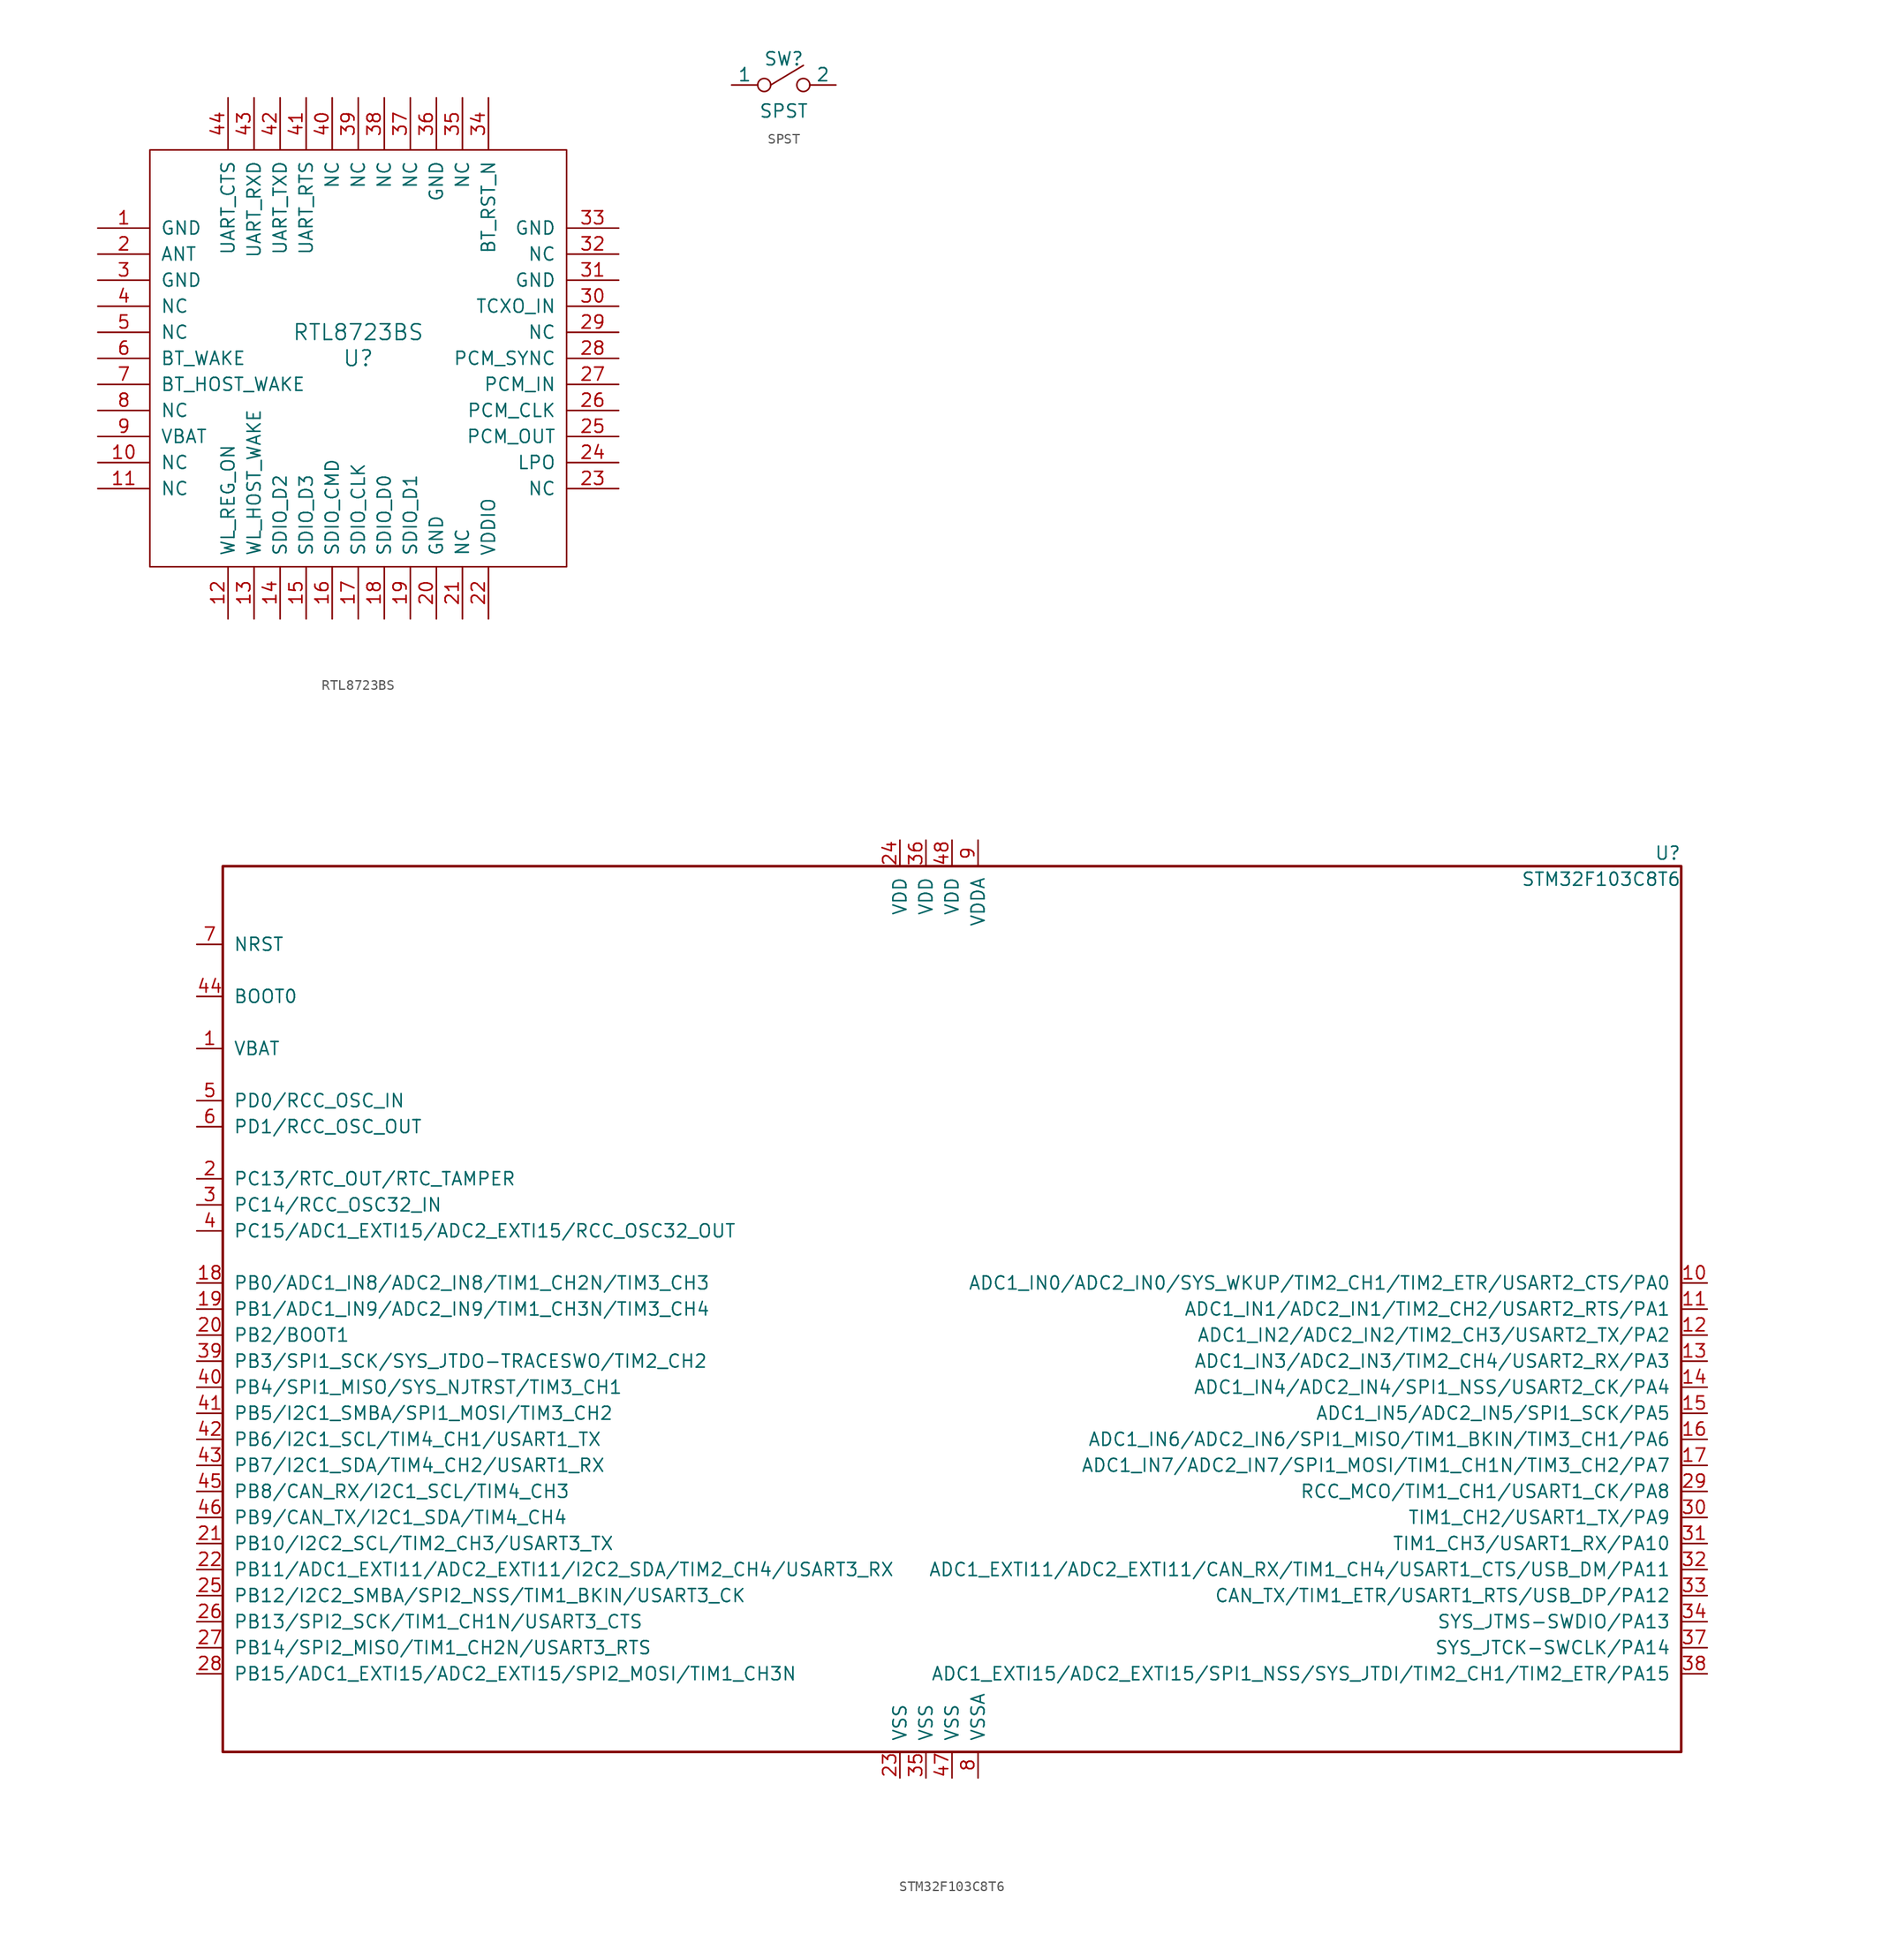
<source format=kicad_sym>
(kicad_symbol_lib
  (version 20220914)
  (generator kicad_symbol_editor)
  (symbol "RTL8723BS"
    (pin_names
      (offset 1.016))
    (property "Reference" "U"
      (at 0 0 0)
      (effects (font (size 1.524 1.524))))
    (property "Value" "RTL8723BS"
      (at 0 2.54 0)
      (effects (font (size 1.524 1.524))))
    (property "Footprint" ""
      (at 0 0 0)
      (effects (font (size 1.524 1.524))))
    (property "Datasheet" ""
      (at 0 0 0)
      (effects (font (size 1.524 1.524))))
    (symbol "RTL8723BS_0_1"
      (rectangle (start -20.32 20.32) (end 20.32 -20.32) (stroke (width 0) (type default)) (fill (type none))))
    (symbol "RTL8723BS_1_1"
      (pin bidirectional line (at -25.4 12.7 0) (length 5.08) (name "GND" (effects (font (size 1.27 1.27)))) (number "1" (effects (font (size 1.27 1.27)))))
      (pin bidirectional line (at -25.4 -10.16 0) (length 5.08) (name "NC" (effects (font (size 1.27 1.27)))) (number "10" (effects (font (size 1.27 1.27)))))
      (pin bidirectional line (at -25.4 -12.7 0) (length 5.08) (name "NC" (effects (font (size 1.27 1.27)))) (number "11" (effects (font (size 1.27 1.27)))))
      (pin bidirectional line (at -12.7 -25.4 90) (length 5.08) (name "WL_REG_ON" (effects (font (size 1.27 1.27)))) (number "12" (effects (font (size 1.27 1.27)))))
      (pin bidirectional line (at -10.16 -25.4 90) (length 5.08) (name "WL_HOST_WAKE" (effects (font (size 1.27 1.27)))) (number "13" (effects (font (size 1.27 1.27)))))
      (pin bidirectional line (at -7.62 -25.4 90) (length 5.08) (name "SDIO_D2" (effects (font (size 1.27 1.27)))) (number "14" (effects (font (size 1.27 1.27)))))
      (pin bidirectional line (at -5.08 -25.4 90) (length 5.08) (name "SDIO_D3" (effects (font (size 1.27 1.27)))) (number "15" (effects (font (size 1.27 1.27)))))
      (pin bidirectional line (at -2.54 -25.4 90) (length 5.08) (name "SDIO_CMD" (effects (font (size 1.27 1.27)))) (number "16" (effects (font (size 1.27 1.27)))))
      (pin bidirectional line (at 0 -25.4 90) (length 5.08) (name "SDIO_CLK" (effects (font (size 1.27 1.27)))) (number "17" (effects (font (size 1.27 1.27)))))
      (pin bidirectional line (at 2.54 -25.4 90) (length 5.08) (name "SDIO_D0" (effects (font (size 1.27 1.27)))) (number "18" (effects (font (size 1.27 1.27)))))
      (pin bidirectional line (at 5.08 -25.4 90) (length 5.08) (name "SDIO_D1" (effects (font (size 1.27 1.27)))) (number "19" (effects (font (size 1.27 1.27)))))
      (pin bidirectional line (at -25.4 10.16 0) (length 5.08) (name "ANT" (effects (font (size 1.27 1.27)))) (number "2" (effects (font (size 1.27 1.27)))))
      (pin bidirectional line (at 7.62 -25.4 90) (length 5.08) (name "GND" (effects (font (size 1.27 1.27)))) (number "20" (effects (font (size 1.27 1.27)))))
      (pin bidirectional line (at 10.16 -25.4 90) (length 5.08) (name "NC" (effects (font (size 1.27 1.27)))) (number "21" (effects (font (size 1.27 1.27)))))
      (pin bidirectional line (at 12.7 -25.4 90) (length 5.08) (name "VDDIO" (effects (font (size 1.27 1.27)))) (number "22" (effects (font (size 1.27 1.27)))))
      (pin bidirectional line (at 25.4 -12.7 180) (length 5.08) (name "NC" (effects (font (size 1.27 1.27)))) (number "23" (effects (font (size 1.27 1.27)))))
      (pin bidirectional line (at 25.4 -10.16 180) (length 5.08) (name "LPO" (effects (font (size 1.27 1.27)))) (number "24" (effects (font (size 1.27 1.27)))))
      (pin bidirectional line (at 25.4 -7.62 180) (length 5.08) (name "PCM_OUT" (effects (font (size 1.27 1.27)))) (number "25" (effects (font (size 1.27 1.27)))))
      (pin bidirectional line (at 25.4 -5.08 180) (length 5.08) (name "PCM_CLK" (effects (font (size 1.27 1.27)))) (number "26" (effects (font (size 1.27 1.27)))))
      (pin bidirectional line (at 25.4 -2.54 180) (length 5.08) (name "PCM_IN" (effects (font (size 1.27 1.27)))) (number "27" (effects (font (size 1.27 1.27)))))
      (pin bidirectional line (at 25.4 0 180) (length 5.08) (name "PCM_SYNC" (effects (font (size 1.27 1.27)))) (number "28" (effects (font (size 1.27 1.27)))))
      (pin bidirectional line (at 25.4 2.54 180) (length 5.08) (name "NC" (effects (font (size 1.27 1.27)))) (number "29" (effects (font (size 1.27 1.27)))))
      (pin bidirectional line (at -25.4 7.62 0) (length 5.08) (name "GND" (effects (font (size 1.27 1.27)))) (number "3" (effects (font (size 1.27 1.27)))))
      (pin bidirectional line (at 25.4 5.08 180) (length 5.08) (name "TCXO_IN" (effects (font (size 1.27 1.27)))) (number "30" (effects (font (size 1.27 1.27)))))
      (pin bidirectional line (at 25.4 7.62 180) (length 5.08) (name "GND" (effects (font (size 1.27 1.27)))) (number "31" (effects (font (size 1.27 1.27)))))
      (pin bidirectional line (at 25.4 10.16 180) (length 5.08) (name "NC" (effects (font (size 1.27 1.27)))) (number "32" (effects (font (size 1.27 1.27)))))
      (pin bidirectional line (at 25.4 12.7 180) (length 5.08) (name "GND" (effects (font (size 1.27 1.27)))) (number "33" (effects (font (size 1.27 1.27)))))
      (pin bidirectional line (at 12.7 25.4 270) (length 5.08) (name "BT_RST_N" (effects (font (size 1.27 1.27)))) (number "34" (effects (font (size 1.27 1.27)))))
      (pin bidirectional line (at 10.16 25.4 270) (length 5.08) (name "NC" (effects (font (size 1.27 1.27)))) (number "35" (effects (font (size 1.27 1.27)))))
      (pin bidirectional line (at 7.62 25.4 270) (length 5.08) (name "GND" (effects (font (size 1.27 1.27)))) (number "36" (effects (font (size 1.27 1.27)))))
      (pin bidirectional line (at 5.08 25.4 270) (length 5.08) (name "NC" (effects (font (size 1.27 1.27)))) (number "37" (effects (font (size 1.27 1.27)))))
      (pin bidirectional line (at 2.54 25.4 270) (length 5.08) (name "NC" (effects (font (size 1.27 1.27)))) (number "38" (effects (font (size 1.27 1.27)))))
      (pin bidirectional line (at 0 25.4 270) (length 5.08) (name "NC" (effects (font (size 1.27 1.27)))) (number "39" (effects (font (size 1.27 1.27)))))
      (pin bidirectional line (at -25.4 5.08 0) (length 5.08) (name "NC" (effects (font (size 1.27 1.27)))) (number "4" (effects (font (size 1.27 1.27)))))
      (pin bidirectional line (at -2.54 25.4 270) (length 5.08) (name "NC" (effects (font (size 1.27 1.27)))) (number "40" (effects (font (size 1.27 1.27)))))
      (pin bidirectional line (at -5.08 25.4 270) (length 5.08) (name "UART_RTS" (effects (font (size 1.27 1.27)))) (number "41" (effects (font (size 1.27 1.27)))))
      (pin bidirectional line (at -7.62 25.4 270) (length 5.08) (name "UART_TXD" (effects (font (size 1.27 1.27)))) (number "42" (effects (font (size 1.27 1.27)))))
      (pin bidirectional line (at -10.16 25.4 270) (length 5.08) (name "UART_RXD" (effects (font (size 1.27 1.27)))) (number "43" (effects (font (size 1.27 1.27)))))
      (pin bidirectional line (at -12.7 25.4 270) (length 5.08) (name "UART_CTS" (effects (font (size 1.27 1.27)))) (number "44" (effects (font (size 1.27 1.27)))))
      (pin bidirectional line (at -25.4 2.54 0) (length 5.08) (name "NC" (effects (font (size 1.27 1.27)))) (number "5" (effects (font (size 1.27 1.27)))))
      (pin bidirectional line (at -25.4 0 0) (length 5.08) (name "BT_WAKE" (effects (font (size 1.27 1.27)))) (number "6" (effects (font (size 1.27 1.27)))))
      (pin bidirectional line (at -25.4 -2.54 0) (length 5.08) (name "BT_HOST_WAKE" (effects (font (size 1.27 1.27)))) (number "7" (effects (font (size 1.27 1.27)))))
      (pin bidirectional line (at -25.4 -5.08 0) (length 5.08) (name "NC" (effects (font (size 1.27 1.27)))) (number "8" (effects (font (size 1.27 1.27)))))
      (pin bidirectional line (at -25.4 -7.62 0) (length 5.08) (name "VBAT" (effects (font (size 1.27 1.27)))) (number "9" (effects (font (size 1.27 1.27)))))))
  (symbol "SPST"
    (pin_numbers hide)
    (pin_names
      (offset 0))
    (property "Reference" "SW"
      (at 0 2.54 0)
      (effects (font (size 1.27 1.27))))
    (property "Value" "SPST"
      (at 0 -2.54 0)
      (effects (font (size 1.27 1.27))))
    (property "Footprint" ""
      (at 0 0 0)
      (effects (font (size 1.27 1.27))))
    (property "Datasheet" ""
      (at 0 0 0)
      (effects (font (size 1.27 1.27))))
    (symbol "SPST_0_0"
      (circle (center -1.905 0) (radius 0.635) (stroke (width 0) (type default)) (fill (type none)))
      (circle (center 1.905 0) (radius 0.635) (stroke (width 0) (type default)) (fill (type none))))
    (symbol "SPST_0_1"
      (polyline (pts (xy -1.27 0) (xy 1.905 1.905)) (stroke (width 0) (type default)) (fill (type none))))
    (symbol "SPST_1_1"
      (pin input line (at -5.08 0 0) (length 2.54) (name "1" (effects (font (size 1.27 1.27)))) (number "1" (effects (font (size 1.27 1.27)))))
      (pin input line (at 5.08 0 180) (length 2.54) (name "2" (effects (font (size 1.27 1.27)))) (number "2" (effects (font (size 1.27 1.27)))))))
  (symbol "STM32F103C8T6"
    (pin_names
      (offset 1.016))
    (property "Reference" "U"
      (at 71.12 44.45 0)
      (effects (font (size 1.27 1.27)) (justify right)))
    (property "Value" "STM32F103C8T6"
      (at 71.12 41.91 0)
      (effects (font (size 1.27 1.27)) (justify right)))
    (symbol "STM32F103C8T6_0_1"
      (rectangle (start -71.12 -43.18) (end 71.12 43.18) (stroke (width 0.254) (type default)) (fill (type none))))
    (symbol "STM32F103C8T6_1_1"
      (pin power_in line (at -73.66 25.4 0) (length 2.54) (name "VBAT" (effects (font (size 1.27 1.27)))) (number "1" (effects (font (size 1.27 1.27)))))
      (pin bidirectional line (at 73.66 2.54 180) (length 2.54) (name "ADC1_IN0/ADC2_IN0/SYS_WKUP/TIM2_CH1/TIM2_ETR/USART2_CTS/PA0" (effects (font (size 1.27 1.27)))) (number "10" (effects (font (size 1.27 1.27)))))
      (pin bidirectional line (at 73.66 0 180) (length 2.54) (name "ADC1_IN1/ADC2_IN1/TIM2_CH2/USART2_RTS/PA1" (effects (font (size 1.27 1.27)))) (number "11" (effects (font (size 1.27 1.27)))))
      (pin bidirectional line (at 73.66 -2.54 180) (length 2.54) (name "ADC1_IN2/ADC2_IN2/TIM2_CH3/USART2_TX/PA2" (effects (font (size 1.27 1.27)))) (number "12" (effects (font (size 1.27 1.27)))))
      (pin bidirectional line (at 73.66 -5.08 180) (length 2.54) (name "ADC1_IN3/ADC2_IN3/TIM2_CH4/USART2_RX/PA3" (effects (font (size 1.27 1.27)))) (number "13" (effects (font (size 1.27 1.27)))))
      (pin bidirectional line (at 73.66 -7.62 180) (length 2.54) (name "ADC1_IN4/ADC2_IN4/SPI1_NSS/USART2_CK/PA4" (effects (font (size 1.27 1.27)))) (number "14" (effects (font (size 1.27 1.27)))))
      (pin bidirectional line (at 73.66 -10.16 180) (length 2.54) (name "ADC1_IN5/ADC2_IN5/SPI1_SCK/PA5" (effects (font (size 1.27 1.27)))) (number "15" (effects (font (size 1.27 1.27)))))
      (pin bidirectional line (at 73.66 -12.7 180) (length 2.54) (name "ADC1_IN6/ADC2_IN6/SPI1_MISO/TIM1_BKIN/TIM3_CH1/PA6" (effects (font (size 1.27 1.27)))) (number "16" (effects (font (size 1.27 1.27)))))
      (pin bidirectional line (at 73.66 -15.24 180) (length 2.54) (name "ADC1_IN7/ADC2_IN7/SPI1_MOSI/TIM1_CH1N/TIM3_CH2/PA7" (effects (font (size 1.27 1.27)))) (number "17" (effects (font (size 1.27 1.27)))))
      (pin bidirectional line (at -73.66 2.54 0) (length 2.54) (name "PB0/ADC1_IN8/ADC2_IN8/TIM1_CH2N/TIM3_CH3" (effects (font (size 1.27 1.27)))) (number "18" (effects (font (size 1.27 1.27)))))
      (pin bidirectional line (at -73.66 0 0) (length 2.54) (name "PB1/ADC1_IN9/ADC2_IN9/TIM1_CH3N/TIM3_CH4" (effects (font (size 1.27 1.27)))) (number "19" (effects (font (size 1.27 1.27)))))
      (pin bidirectional line (at -73.66 12.7 0) (length 2.54) (name "PC13/RTC_OUT/RTC_TAMPER" (effects (font (size 1.27 1.27)))) (number "2" (effects (font (size 1.27 1.27)))))
      (pin bidirectional line (at -73.66 -2.54 0) (length 2.54) (name "PB2/BOOT1" (effects (font (size 1.27 1.27)))) (number "20" (effects (font (size 1.27 1.27)))))
      (pin bidirectional line (at -73.66 -22.86 0) (length 2.54) (name "PB10/I2C2_SCL/TIM2_CH3/USART3_TX" (effects (font (size 1.27 1.27)))) (number "21" (effects (font (size 1.27 1.27)))))
      (pin bidirectional line (at -73.66 -25.4 0) (length 2.54) (name "PB11/ADC1_EXTI11/ADC2_EXTI11/I2C2_SDA/TIM2_CH4/USART3_RX" (effects (font (size 1.27 1.27)))) (number "22" (effects (font (size 1.27 1.27)))))
      (pin power_in line (at -5.08 -45.72 90) (length 2.54) (name "VSS" (effects (font (size 1.27 1.27)))) (number "23" (effects (font (size 1.27 1.27)))))
      (pin power_in line (at -5.08 45.72 270) (length 2.54) (name "VDD" (effects (font (size 1.27 1.27)))) (number "24" (effects (font (size 1.27 1.27)))))
      (pin bidirectional line (at -73.66 -27.94 0) (length 2.54) (name "PB12/I2C2_SMBA/SPI2_NSS/TIM1_BKIN/USART3_CK" (effects (font (size 1.27 1.27)))) (number "25" (effects (font (size 1.27 1.27)))))
      (pin bidirectional line (at -73.66 -30.48 0) (length 2.54) (name "PB13/SPI2_SCK/TIM1_CH1N/USART3_CTS" (effects (font (size 1.27 1.27)))) (number "26" (effects (font (size 1.27 1.27)))))
      (pin bidirectional line (at -73.66 -33.02 0) (length 2.54) (name "PB14/SPI2_MISO/TIM1_CH2N/USART3_RTS" (effects (font (size 1.27 1.27)))) (number "27" (effects (font (size 1.27 1.27)))))
      (pin bidirectional line (at -73.66 -35.56 0) (length 2.54) (name "PB15/ADC1_EXTI15/ADC2_EXTI15/SPI2_MOSI/TIM1_CH3N" (effects (font (size 1.27 1.27)))) (number "28" (effects (font (size 1.27 1.27)))))
      (pin bidirectional line (at 73.66 -17.78 180) (length 2.54) (name "RCC_MCO/TIM1_CH1/USART1_CK/PA8" (effects (font (size 1.27 1.27)))) (number "29" (effects (font (size 1.27 1.27)))))
      (pin bidirectional line (at -73.66 10.16 0) (length 2.54) (name "PC14/RCC_OSC32_IN" (effects (font (size 1.27 1.27)))) (number "3" (effects (font (size 1.27 1.27)))))
      (pin bidirectional line (at 73.66 -20.32 180) (length 2.54) (name "TIM1_CH2/USART1_TX/PA9" (effects (font (size 1.27 1.27)))) (number "30" (effects (font (size 1.27 1.27)))))
      (pin bidirectional line (at 73.66 -22.86 180) (length 2.54) (name "TIM1_CH3/USART1_RX/PA10" (effects (font (size 1.27 1.27)))) (number "31" (effects (font (size 1.27 1.27)))))
      (pin bidirectional line (at 73.66 -25.4 180) (length 2.54) (name "ADC1_EXTI11/ADC2_EXTI11/CAN_RX/TIM1_CH4/USART1_CTS/USB_DM/PA11" (effects (font (size 1.27 1.27)))) (number "32" (effects (font (size 1.27 1.27)))))
      (pin bidirectional line (at 73.66 -27.94 180) (length 2.54) (name "CAN_TX/TIM1_ETR/USART1_RTS/USB_DP/PA12" (effects (font (size 1.27 1.27)))) (number "33" (effects (font (size 1.27 1.27)))))
      (pin bidirectional line (at 73.66 -30.48 180) (length 2.54) (name "SYS_JTMS-SWDIO/PA13" (effects (font (size 1.27 1.27)))) (number "34" (effects (font (size 1.27 1.27)))))
      (pin power_in line (at -2.54 -45.72 90) (length 2.54) (name "VSS" (effects (font (size 1.27 1.27)))) (number "35" (effects (font (size 1.27 1.27)))))
      (pin power_in line (at -2.54 45.72 270) (length 2.54) (name "VDD" (effects (font (size 1.27 1.27)))) (number "36" (effects (font (size 1.27 1.27)))))
      (pin bidirectional line (at 73.66 -33.02 180) (length 2.54) (name "SYS_JTCK-SWCLK/PA14" (effects (font (size 1.27 1.27)))) (number "37" (effects (font (size 1.27 1.27)))))
      (pin bidirectional line (at 73.66 -35.56 180) (length 2.54) (name "ADC1_EXTI15/ADC2_EXTI15/SPI1_NSS/SYS_JTDI/TIM2_CH1/TIM2_ETR/PA15" (effects (font (size 1.27 1.27)))) (number "38" (effects (font (size 1.27 1.27)))))
      (pin bidirectional line (at -73.66 -5.08 0) (length 2.54) (name "PB3/SPI1_SCK/SYS_JTDO-TRACESWO/TIM2_CH2" (effects (font (size 1.27 1.27)))) (number "39" (effects (font (size 1.27 1.27)))))
      (pin bidirectional line (at -73.66 7.62 0) (length 2.54) (name "PC15/ADC1_EXTI15/ADC2_EXTI15/RCC_OSC32_OUT" (effects (font (size 1.27 1.27)))) (number "4" (effects (font (size 1.27 1.27)))))
      (pin bidirectional line (at -73.66 -7.62 0) (length 2.54) (name "PB4/SPI1_MISO/SYS_NJTRST/TIM3_CH1" (effects (font (size 1.27 1.27)))) (number "40" (effects (font (size 1.27 1.27)))))
      (pin bidirectional line (at -73.66 -10.16 0) (length 2.54) (name "PB5/I2C1_SMBA/SPI1_MOSI/TIM3_CH2" (effects (font (size 1.27 1.27)))) (number "41" (effects (font (size 1.27 1.27)))))
      (pin bidirectional line (at -73.66 -12.7 0) (length 2.54) (name "PB6/I2C1_SCL/TIM4_CH1/USART1_TX" (effects (font (size 1.27 1.27)))) (number "42" (effects (font (size 1.27 1.27)))))
      (pin bidirectional line (at -73.66 -15.24 0) (length 2.54) (name "PB7/I2C1_SDA/TIM4_CH2/USART1_RX" (effects (font (size 1.27 1.27)))) (number "43" (effects (font (size 1.27 1.27)))))
      (pin input line (at -73.66 30.48 0) (length 2.54) (name "BOOT0" (effects (font (size 1.27 1.27)))) (number "44" (effects (font (size 1.27 1.27)))))
      (pin bidirectional line (at -73.66 -17.78 0) (length 2.54) (name "PB8/CAN_RX/I2C1_SCL/TIM4_CH3" (effects (font (size 1.27 1.27)))) (number "45" (effects (font (size 1.27 1.27)))))
      (pin bidirectional line (at -73.66 -20.32 0) (length 2.54) (name "PB9/CAN_TX/I2C1_SDA/TIM4_CH4" (effects (font (size 1.27 1.27)))) (number "46" (effects (font (size 1.27 1.27)))))
      (pin power_in line (at 0 -45.72 90) (length 2.54) (name "VSS" (effects (font (size 1.27 1.27)))) (number "47" (effects (font (size 1.27 1.27)))))
      (pin power_in line (at 0 45.72 270) (length 2.54) (name "VDD" (effects (font (size 1.27 1.27)))) (number "48" (effects (font (size 1.27 1.27)))))
      (pin input line (at -73.66 20.32 0) (length 2.54) (name "PD0/RCC_OSC_IN" (effects (font (size 1.27 1.27)))) (number "5" (effects (font (size 1.27 1.27)))))
      (pin input line (at -73.66 17.78 0) (length 2.54) (name "PD1/RCC_OSC_OUT" (effects (font (size 1.27 1.27)))) (number "6" (effects (font (size 1.27 1.27)))))
      (pin input line (at -73.66 35.56 0) (length 2.54) (name "NRST" (effects (font (size 1.27 1.27)))) (number "7" (effects (font (size 1.27 1.27)))))
      (pin power_in line (at 2.54 -45.72 90) (length 2.54) (name "VSSA" (effects (font (size 1.27 1.27)))) (number "8" (effects (font (size 1.27 1.27)))))
      (pin power_in line (at 2.54 45.72 270) (length 2.54) (name "VDDA" (effects (font (size 1.27 1.27)))) (number "9" (effects (font (size 1.27 1.27))))))))
</source>
